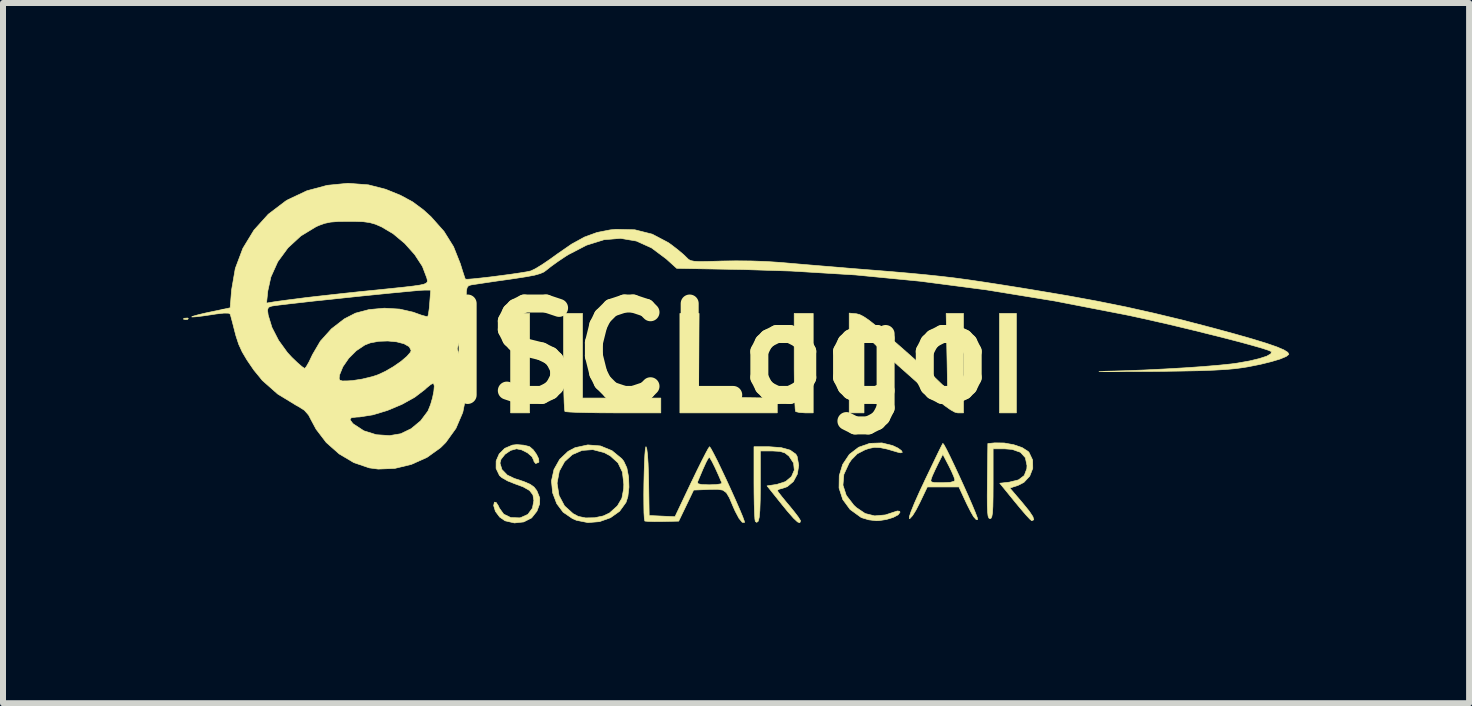
<source format=kicad_pcb>
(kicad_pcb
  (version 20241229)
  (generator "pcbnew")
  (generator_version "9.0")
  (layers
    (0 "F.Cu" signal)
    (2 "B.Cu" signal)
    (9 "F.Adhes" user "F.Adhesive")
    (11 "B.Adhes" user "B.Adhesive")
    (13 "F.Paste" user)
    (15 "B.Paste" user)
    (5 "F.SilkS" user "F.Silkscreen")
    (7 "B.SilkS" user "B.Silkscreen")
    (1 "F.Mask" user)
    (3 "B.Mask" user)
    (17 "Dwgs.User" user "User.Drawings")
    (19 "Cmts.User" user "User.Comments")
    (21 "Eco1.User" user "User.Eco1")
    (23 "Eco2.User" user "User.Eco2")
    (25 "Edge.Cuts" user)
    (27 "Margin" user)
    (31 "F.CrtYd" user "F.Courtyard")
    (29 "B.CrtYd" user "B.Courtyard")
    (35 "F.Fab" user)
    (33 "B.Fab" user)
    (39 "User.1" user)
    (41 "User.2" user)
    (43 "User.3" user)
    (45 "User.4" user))
  (footprint "ISCLogo"
    (layer "F.Cu")
    (at 8.918 2.844)
    (property "Reference" "ISCLogo" (at 0 0 0) (layer "F.SilkS") (effects (font (size 1.524 1.524) (thickness 0.3))))
    (attr through_hole)
    (fp_poly (pts (xy -3.14 0.988) (xy -3.457 0.988) (xy -3.457 -0.67) (xy -3.14 -0.67) (xy -3.14 0.988)) (stroke (width 0.01) (type solid)) (fill yes) (layer "F.SilkS"))
    (fp_poly (pts (xy 4.974 0.988) (xy 4.692 0.988) (xy 4.692 -0.67) (xy 4.974 -0.67) (xy 4.974 0.988)) (stroke (width 0.01) (type solid)) (fill yes) (layer "F.SilkS"))
    (fp_poly (pts (xy -8.829 -0.586) (xy -8.84 -0.57) (xy -8.875 -0.567) (xy -8.913 -0.576) (xy -8.897 -0.589) (xy -8.841 -0.593) (xy -8.829 -0.586)) (stroke (width 0.01) (type solid)) (fill yes) (layer "F.SilkS"))
    (fp_poly (pts (xy -0.319 0.026) (xy -0.323 0.723) (xy 0.988 0.742) (xy 0.988 0.988) (xy -0.635 0.988) (xy -0.635 -0.67) (xy -0.315 -0.67) (xy -0.319 0.026)) (stroke (width 0.01) (type solid)) (fill yes) (layer "F.SilkS"))
    (fp_poly (pts (xy 1.587 0.988) (xy 1.452 0.988) (xy 1.359 0.982) (xy 1.299 0.968) (xy 1.294 0.964) (xy 1.287 0.924) (xy 1.281 0.823) (xy 1.276 0.672) (xy 1.272 0.481) (xy 1.27 0.261) (xy 1.27 0.135) (xy 1.27 -0.67) (xy 1.587 -0.67) (xy 1.587 0.988)) (stroke (width 0.01) (type solid)) (fill yes) (layer "F.SilkS"))
    (fp_poly (pts (xy -2.258 0.741) (xy -0.953 0.741) (xy -0.953 0.988) (xy -1.74 0.988) (xy -1.969 0.987) (xy -2.174 0.984) (xy -2.345 0.98) (xy -2.47 0.974) (xy -2.541 0.968) (xy -2.552 0.964) (xy -2.558 0.924) (xy -2.564 0.823) (xy -2.569 0.672) (xy -2.573 0.481) (xy -2.575 0.261) (xy -2.575 0.135) (xy -2.575 -0.67) (xy -2.258 -0.67) (xy -2.258 0.741)) (stroke (width 0.01) (type solid)) (fill yes) (layer "F.SilkS"))
    (fp_poly (pts (xy 2.307 -0.664) (xy 2.36 -0.651) (xy 2.427 -0.617) (xy 2.516 -0.557) (xy 2.634 -0.464) (xy 2.789 -0.334) (xy 2.95 -0.194) (xy 3.126 -0.04) (xy 3.296 0.111) (xy 3.448 0.248) (xy 3.571 0.359) (xy 3.649 0.432) (xy 3.736 0.516) (xy 3.799 0.576) (xy 3.825 0.6) (xy 3.826 0.6) (xy 3.826 0.566) (xy 3.824 0.474) (xy 3.822 0.332) (xy 3.819 0.154) (xy 3.815 -0.035) (xy 3.803 -0.67) (xy 4.092 -0.67) (xy 4.092 0.988) (xy 3.995 0.988) (xy 3.947 0.976) (xy 3.877 0.937) (xy 3.779 0.868) (xy 3.647 0.762) (xy 3.475 0.615) (xy 3.351 0.508) (xy 3.172 0.349) (xy 2.997 0.194) (xy 2.84 0.052) (xy 2.711 -0.066) (xy 2.623 -0.149) (xy 2.619 -0.153) (xy 2.434 -0.333) (xy 2.434 0.988) (xy 2.187 0.988) (xy 2.187 -0.675) (xy 2.307 -0.664)) (stroke (width 0.01) (type solid)) (fill yes) (layer "F.SilkS"))
    (fp_poly (pts (xy 2.911 1.533) (xy 3 1.575) (xy 3.056 1.616) (xy 3.073 1.645) (xy 3.042 1.654) (xy 2.99 1.642) (xy 2.822 1.592) (xy 2.701 1.567) (xy 2.606 1.563) (xy 2.518 1.581) (xy 2.45 1.604) (xy 2.322 1.67) (xy 2.224 1.769) (xy 2.184 1.828) (xy 2.098 2.014) (xy 2.083 2.193) (xy 2.138 2.363) (xy 2.263 2.526) (xy 2.308 2.568) (xy 2.454 2.666) (xy 2.611 2.705) (xy 2.79 2.689) (xy 2.99 2.623) (xy 3.029 2.629) (xy 3.034 2.645) (xy 3.002 2.688) (xy 2.92 2.731) (xy 2.808 2.765) (xy 2.686 2.784) (xy 2.638 2.786) (xy 2.514 2.771) (xy 2.4 2.737) (xy 2.381 2.728) (xy 2.202 2.598) (xy 2.08 2.432) (xy 2.018 2.241) (xy 2.021 2.035) (xy 2.078 1.848) (xy 2.19 1.68) (xy 2.345 1.561) (xy 2.53 1.496) (xy 2.733 1.489) (xy 2.911 1.533)) (stroke (width 0.01) (type solid)) (fill yes) (layer "F.SilkS"))
    (fp_poly (pts (xy 4.77 1.49) (xy 4.93 1.519) (xy 5.072 1.568) (xy 5.171 1.632) (xy 5.185 1.648) (xy 5.245 1.775) (xy 5.247 1.913) (xy 5.196 2.043) (xy 5.099 2.147) (xy 5.005 2.195) (xy 4.865 2.241) (xy 5.075 2.487) (xy 5.187 2.625) (xy 5.249 2.718) (xy 5.264 2.77) (xy 5.232 2.785) (xy 5.228 2.785) (xy 5.197 2.758) (xy 5.132 2.688) (xy 5.043 2.584) (xy 4.95 2.472) (xy 4.697 2.161) (xy 4.855 2.143) (xy 5.009 2.105) (xy 5.105 2.032) (xy 5.148 1.918) (xy 5.151 1.867) (xy 5.123 1.735) (xy 5.041 1.645) (xy 4.902 1.597) (xy 4.775 1.587) (xy 4.586 1.587) (xy 4.586 2.17) (xy 4.585 2.389) (xy 4.582 2.547) (xy 4.576 2.653) (xy 4.565 2.716) (xy 4.55 2.746) (xy 4.534 2.752) (xy 4.516 2.742) (xy 4.502 2.709) (xy 4.494 2.641) (xy 4.489 2.531) (xy 4.488 2.37) (xy 4.49 2.148) (xy 4.49 2.125) (xy 4.498 1.499) (xy 4.614 1.488) (xy 4.77 1.49)) (stroke (width 0.01) (type solid)) (fill yes) (layer "F.SilkS"))
    (fp_poly (pts (xy -1.96 1.539) (xy -1.767 1.618) (xy -1.604 1.752) (xy -1.571 1.794) (xy -1.519 1.905) (xy -1.49 2.058) (xy -1.484 2.226) (xy -1.502 2.383) (xy -1.533 2.48) (xy -1.64 2.628) (xy -1.792 2.736) (xy -1.974 2.801) (xy -2.168 2.817) (xy -2.359 2.779) (xy -2.426 2.75) (xy -2.581 2.644) (xy -2.688 2.501) (xy -2.757 2.319) (xy -2.771 2.17) (xy -2.681 2.17) (xy -2.649 2.368) (xy -2.558 2.539) (xy -2.415 2.668) (xy -2.328 2.714) (xy -2.206 2.739) (xy -2.056 2.736) (xy -1.912 2.706) (xy -1.808 2.657) (xy -1.677 2.539) (xy -1.602 2.411) (xy -1.572 2.25) (xy -1.57 2.176) (xy -1.593 1.975) (xy -1.667 1.821) (xy -1.796 1.704) (xy -1.897 1.65) (xy -2.086 1.601) (xy -2.266 1.614) (xy -2.427 1.683) (xy -2.557 1.801) (xy -2.645 1.96) (xy -2.681 2.152) (xy -2.681 2.17) (xy -2.771 2.17) (xy -2.776 2.123) (xy -2.734 1.932) (xy -2.639 1.763) (xy -2.499 1.63) (xy -2.382 1.568) (xy -2.17 1.522) (xy -1.96 1.539)) (stroke (width 0.01) (type solid)) (fill yes) (layer "F.SilkS"))
    (fp_poly (pts (xy 1.052 1.567) (xy 1.203 1.609) (xy 1.297 1.676) (xy 1.319 1.713) (xy 1.346 1.862) (xy 1.323 2.008) (xy 1.257 2.132) (xy 1.155 2.218) (xy 1.093 2.24) (xy 1.019 2.261) (xy 0.988 2.28) (xy 0.988 2.281) (xy 1.009 2.314) (xy 1.066 2.387) (xy 1.147 2.486) (xy 1.182 2.527) (xy 1.27 2.635) (xy 1.338 2.724) (xy 1.373 2.78) (xy 1.376 2.789) (xy 1.364 2.82) (xy 1.326 2.806) (xy 1.259 2.743) (xy 1.157 2.627) (xy 1.065 2.514) (xy 0.818 2.205) (xy 0.982 2.18) (xy 1.127 2.133) (xy 1.226 2.049) (xy 1.272 1.942) (xy 1.26 1.825) (xy 1.184 1.71) (xy 1.183 1.709) (xy 1.116 1.656) (xy 1.035 1.63) (xy 0.913 1.623) (xy 0.901 1.623) (xy 0.706 1.623) (xy 0.706 2.203) (xy 0.704 2.441) (xy 0.698 2.616) (xy 0.687 2.731) (xy 0.67 2.795) (xy 0.646 2.813) (xy 0.622 2.798) (xy 0.615 2.757) (xy 0.609 2.657) (xy 0.604 2.511) (xy 0.601 2.329) (xy 0.6 2.164) (xy 0.6 1.552) (xy 0.848 1.552) (xy 1.052 1.567)) (stroke (width 0.01) (type solid)) (fill yes) (layer "F.SilkS"))
    (fp_poly (pts (xy 3.768 1.521) (xy 3.81 1.598) (xy 3.869 1.717) (xy 3.94 1.866) (xy 4.018 2.033) (xy 4.097 2.206) (xy 4.173 2.375) (xy 4.239 2.527) (xy 4.29 2.65) (xy 4.322 2.734) (xy 4.329 2.765) (xy 4.304 2.767) (xy 4.261 2.719) (xy 4.259 2.716) (xy 4.213 2.636) (xy 4.154 2.52) (xy 4.109 2.425) (xy 4.016 2.223) (xy 3.489 2.223) (xy 3.363 2.487) (xy 3.3 2.609) (xy 3.243 2.701) (xy 3.2 2.748) (xy 3.191 2.752) (xy 3.189 2.721) (xy 3.218 2.633) (xy 3.276 2.49) (xy 3.361 2.299) (xy 3.44 2.131) (xy 3.448 2.113) (xy 3.547 2.113) (xy 3.557 2.139) (xy 3.607 2.15) (xy 3.711 2.152) (xy 3.74 2.152) (xy 3.871 2.146) (xy 3.938 2.127) (xy 3.949 2.108) (xy 3.933 2.055) (xy 3.893 1.962) (xy 3.848 1.871) (xy 3.748 1.679) (xy 3.672 1.828) (xy 3.618 1.939) (xy 3.573 2.038) (xy 3.563 2.065) (xy 3.547 2.113) (xy 3.448 2.113) (xy 3.532 1.938) (xy 3.613 1.769) (xy 3.679 1.632) (xy 3.726 1.538) (xy 3.748 1.497) (xy 3.748 1.496) (xy 3.768 1.521)) (stroke (width 0.01) (type solid)) (fill yes) (layer "F.SilkS"))
    (fp_poly (pts (xy -3.241 1.526) (xy -3.152 1.547) (xy -3.138 1.553) (xy -3.08 1.603) (xy -3.026 1.678) (xy -2.989 1.754) (xy -2.985 1.807) (xy -2.988 1.812) (xy -3.039 1.833) (xy -3.068 1.797) (xy -3.069 1.784) (xy -3.1 1.719) (xy -3.175 1.654) (xy -3.272 1.605) (xy -3.358 1.587) (xy -3.457 1.614) (xy -3.551 1.679) (xy -3.617 1.763) (xy -3.634 1.825) (xy -3.601 1.933) (xy -3.512 2.025) (xy -3.395 2.081) (xy -3.237 2.133) (xy -3.132 2.178) (xy -3.066 2.225) (xy -3.022 2.282) (xy -3.015 2.296) (xy -2.971 2.406) (xy -2.973 2.506) (xy -3.018 2.627) (xy -3.107 2.739) (xy -3.238 2.806) (xy -3.393 2.823) (xy -3.55 2.787) (xy -3.639 2.725) (xy -3.71 2.63) (xy -3.739 2.535) (xy -3.739 2.532) (xy -3.727 2.476) (xy -3.697 2.482) (xy -3.658 2.543) (xy -3.645 2.575) (xy -3.572 2.676) (xy -3.454 2.733) (xy -3.308 2.738) (xy -3.291 2.735) (xy -3.169 2.68) (xy -3.093 2.576) (xy -3.069 2.449) (xy -3.085 2.355) (xy -3.141 2.282) (xy -3.248 2.221) (xy -3.387 2.17) (xy -3.505 2.123) (xy -3.603 2.067) (xy -3.642 2.033) (xy -3.699 1.914) (xy -3.698 1.789) (xy -3.647 1.672) (xy -3.554 1.579) (xy -3.427 1.525) (xy -3.352 1.517) (xy -3.241 1.526)) (stroke (width 0.01) (type solid)) (fill yes) (layer "F.SilkS"))
    (fp_poly (pts (xy -0.118 1.583) (xy -0.073 1.666) (xy -0.01 1.789) (xy 0.063 1.942) (xy 0.143 2.111) (xy 0.223 2.286) (xy 0.298 2.453) (xy 0.363 2.602) (xy 0.412 2.719) (xy 0.439 2.794) (xy 0.442 2.815) (xy 0.404 2.812) (xy 0.35 2.746) (xy 0.286 2.626) (xy 0.248 2.54) (xy 0.19 2.403) (xy 0.14 2.319) (xy 0.08 2.276) (xy -0.006 2.262) (xy -0.137 2.264) (xy -0.155 2.265) (xy -0.406 2.275) (xy -0.53 2.534) (xy -0.655 2.793) (xy -0.93 2.799) (xy -1.062 2.8) (xy -1.163 2.797) (xy -1.217 2.792) (xy -1.22 2.79) (xy -1.228 2.748) (xy -1.234 2.652) (xy -1.236 2.514) (xy -1.237 2.349) (xy -1.235 2.17) (xy -1.231 1.991) (xy -1.226 1.827) (xy -1.219 1.689) (xy -1.211 1.594) (xy -1.202 1.553) (xy -1.2 1.552) (xy -1.187 1.586) (xy -1.175 1.682) (xy -1.165 1.833) (xy -1.158 2.029) (xy -1.156 2.125) (xy -1.147 2.699) (xy -0.717 2.719) (xy -0.444 2.143) (xy -0.342 2.143) (xy -0.332 2.169) (xy -0.271 2.183) (xy -0.149 2.187) (xy -0.142 2.187) (xy -0.031 2.183) (xy 0.044 2.172) (xy 0.065 2.158) (xy 0.008 2.025) (xy -0.049 1.9) (xy -0.099 1.799) (xy -0.135 1.739) (xy -0.145 1.729) (xy -0.165 1.749) (xy -0.199 1.813) (xy -0.251 1.927) (xy -0.324 2.1) (xy -0.342 2.143) (xy -0.444 2.143) (xy -0.44 2.136) (xy -0.351 1.951) (xy -0.271 1.79) (xy -0.206 1.663) (xy -0.161 1.58) (xy -0.14 1.552) (xy -0.118 1.583)) (stroke (width 0.01) (type solid)) (fill yes) (layer "F.SilkS"))
    (fp_poly (pts (xy -5.827 -2.813) (xy -5.542 -2.74) (xy -5.295 -2.64) (xy -5.093 -2.531) (xy -4.913 -2.398) (xy -4.783 -2.28) (xy -4.567 -2.037) (xy -4.408 -1.782) (xy -4.296 -1.501) (xy -4.258 -1.379) (xy -4.228 -1.287) (xy -4.212 -1.243) (xy -4.212 -1.241) (xy -4.175 -1.239) (xy -4.084 -1.246) (xy -3.951 -1.26) (xy -3.793 -1.278) (xy -3.623 -1.3) (xy -3.456 -1.322) (xy -3.307 -1.344) (xy -3.19 -1.363) (xy -3.12 -1.378) (xy -3.118 -1.379) (xy -3.045 -1.414) (xy -2.933 -1.482) (xy -2.799 -1.573) (xy -2.68 -1.659) (xy -2.44 -1.825) (xy -2.225 -1.943) (xy -2.017 -2.019) (xy -1.798 -2.062) (xy -1.702 -2.072) (xy -1.386 -2.064) (xy -1.096 -1.991) (xy -0.83 -1.851) (xy -0.783 -1.818) (xy -0.671 -1.732) (xy -0.576 -1.652) (xy -0.519 -1.597) (xy -0.49 -1.569) (xy -0.453 -1.55) (xy -0.397 -1.539) (xy -0.309 -1.534) (xy -0.177 -1.536) (xy 0.011 -1.541) (xy 0.064 -1.543) (xy 0.299 -1.546) (xy 0.557 -1.544) (xy 0.808 -1.535) (xy 1.02 -1.521) (xy 1.023 -1.521) (xy 1.174 -1.508) (xy 1.381 -1.49) (xy 1.631 -1.469) (xy 1.911 -1.446) (xy 2.207 -1.421) (xy 2.504 -1.397) (xy 2.558 -1.393) (xy 2.906 -1.365) (xy 3.204 -1.339) (xy 3.466 -1.314) (xy 3.705 -1.289) (xy 3.936 -1.262) (xy 4.173 -1.23) (xy 4.431 -1.192) (xy 4.722 -1.147) (xy 5.061 -1.093) (xy 5.256 -1.061) (xy 5.815 -0.967) (xy 6.322 -0.874) (xy 6.799 -0.778) (xy 7.264 -0.674) (xy 7.738 -0.56) (xy 8.24 -0.429) (xy 8.255 -0.425) (xy 8.615 -0.327) (xy 8.909 -0.243) (xy 9.141 -0.172) (xy 9.314 -0.112) (xy 9.432 -0.062) (xy 9.498 -0.021) (xy 9.515 0.012) (xy 9.514 0.014) (xy 9.471 0.048) (xy 9.37 0.09) (xy 9.223 0.134) (xy 9.041 0.179) (xy 8.835 0.22) (xy 8.749 0.234) (xy 8.622 0.251) (xy 8.466 0.265) (xy 8.271 0.276) (xy 8.032 0.285) (xy 7.74 0.291) (xy 7.39 0.296) (xy 7.179 0.298) (xy 6.916 0.299) (xy 6.697 0.3) (xy 6.527 0.301) (xy 6.41 0.3) (xy 6.351 0.299) (xy 6.352 0.298) (xy 6.42 0.296) (xy 6.438 0.295) (xy 6.769 0.286) (xy 7.111 0.273) (xy 7.452 0.256) (xy 7.78 0.237) (xy 8.081 0.216) (xy 8.344 0.194) (xy 8.557 0.172) (xy 8.653 0.159) (xy 8.857 0.123) (xy 9.024 0.083) (xy 9.147 0.043) (xy 9.216 0.003) (xy 9.225 -0.031) (xy 9.223 -0.034) (xy 9.176 -0.055) (xy 9.069 -0.09) (xy 8.912 -0.135) (xy 8.712 -0.19) (xy 8.478 -0.251) (xy 8.22 -0.316) (xy 7.946 -0.384) (xy 7.665 -0.452) (xy 7.386 -0.517) (xy 7.118 -0.578) (xy 6.87 -0.632) (xy 6.791 -0.648) (xy 5.611 -0.877) (xy 4.476 -1.062) (xy 3.373 -1.206) (xy 2.292 -1.311) (xy 1.223 -1.376) (xy 0.423 -1.401) (xy -0.688 -1.421) (xy -0.864 -1.58) (xy -1.108 -1.762) (xy -1.36 -1.876) (xy -1.624 -1.921) (xy -1.9 -1.898) (xy -2.191 -1.807) (xy -2.498 -1.648) (xy -2.545 -1.618) (xy -2.669 -1.535) (xy -2.78 -1.455) (xy -2.856 -1.395) (xy -2.857 -1.394) (xy -2.903 -1.36) (xy -2.966 -1.333) (xy -3.058 -1.307) (xy -3.191 -1.282) (xy -3.378 -1.253) (xy -3.493 -1.236) (xy -3.687 -1.209) (xy -3.862 -1.183) (xy -4.002 -1.162) (xy -4.094 -1.148) (xy -4.119 -1.144) (xy -4.159 -1.13) (xy -4.182 -1.1) (xy -4.194 -1.038) (xy -4.198 -0.928) (xy -4.198 -0.855) (xy -4.225 -0.539) (xy -4.272 -0.33) (xy -4.347 -0.078) (xy -4.271 0.126) (xy -4.202 0.407) (xy -4.197 0.696) (xy -4.254 0.98) (xy -4.368 1.246) (xy -4.537 1.481) (xy -4.624 1.568) (xy -4.85 1.73) (xy -5.111 1.847) (xy -5.388 1.914) (xy -5.664 1.925) (xy -5.813 1.905) (xy -6.071 1.817) (xy -6.315 1.672) (xy -6.53 1.482) (xy -6.7 1.259) (xy -6.761 1.145) (xy -6.784 1.102) (xy -6.134 1.102) (xy -6.09 1.161) (xy -6.076 1.174) (xy -5.903 1.287) (xy -5.695 1.352) (xy -5.474 1.367) (xy -5.289 1.336) (xy -5.115 1.252) (xy -4.956 1.12) (xy -4.837 0.961) (xy -4.831 0.949) (xy -4.791 0.85) (xy -4.758 0.736) (xy -4.736 0.626) (xy -4.729 0.54) (xy -4.741 0.496) (xy -4.747 0.494) (xy -4.789 0.516) (xy -4.858 0.572) (xy -4.884 0.597) (xy -5.054 0.727) (xy -5.27 0.847) (xy -5.511 0.948) (xy -5.753 1.021) (xy -5.974 1.056) (xy -6.024 1.058) (xy -6.112 1.069) (xy -6.134 1.102) (xy -6.784 1.102) (xy -6.824 1.025) (xy -6.894 0.945) (xy -6.997 0.88) (xy -7.031 0.862) (xy -7.339 0.674) (xy -7.597 0.446) (xy -7.623 0.413) (xy -6.315 0.413) (xy -6.304 0.443) (xy -6.262 0.456) (xy -6.173 0.455) (xy -6.094 0.45) (xy -5.931 0.425) (xy -5.758 0.383) (xy -5.671 0.354) (xy -5.543 0.295) (xy -5.409 0.217) (xy -5.285 0.131) (xy -5.186 0.047) (xy -5.126 -0.022) (xy -5.115 -0.053) (xy -5.147 -0.115) (xy -5.233 -0.164) (xy -5.357 -0.196) (xy -5.503 -0.21) (xy -5.655 -0.205) (xy -5.798 -0.178) (xy -5.887 -0.143) (xy -6.029 -0.048) (xy -6.156 0.079) (xy -6.253 0.22) (xy -6.308 0.355) (xy -6.315 0.413) (xy -7.623 0.413) (xy -7.737 0.274) (xy -7.851 0.107) (xy -7.931 -0.028) (xy -7.989 -0.155) (xy -8.035 -0.295) (xy -8.06 -0.39) (xy -8.091 -0.512) (xy -8.117 -0.609) (xy -8.13 -0.657) (xy -8.159 -0.674) (xy -8.236 -0.675) (xy -8.368 -0.66) (xy -8.451 -0.647) (xy -8.59 -0.627) (xy -8.699 -0.614) (xy -8.763 -0.61) (xy -8.773 -0.612) (xy -8.747 -0.624) (xy -8.666 -0.647) (xy -8.544 -0.676) (xy -8.459 -0.694) (xy -8.292 -0.729) (xy -7.509 -0.729) (xy -7.498 -0.642) (xy -7.435 -0.436) (xy -7.324 -0.22) (xy -7.177 -0.017) (xy -7.104 0.062) (xy -7.011 0.151) (xy -6.935 0.217) (xy -6.892 0.246) (xy -6.889 0.247) (xy -6.862 0.217) (xy -6.817 0.138) (xy -6.764 0.027) (xy -6.76 0.018) (xy -6.628 -0.207) (xy -6.444 -0.412) (xy -6.228 -0.579) (xy -6.043 -0.674) (xy -5.816 -0.734) (xy -5.562 -0.757) (xy -5.307 -0.742) (xy -5.079 -0.69) (xy -5.047 -0.678) (xy -4.941 -0.64) (xy -4.864 -0.619) (xy -4.837 -0.619) (xy -4.826 -0.661) (xy -4.813 -0.752) (xy -4.805 -0.847) (xy -4.789 -1.058) (xy -4.895 -1.058) (xy -4.958 -1.055) (xy -5.08 -1.044) (xy -5.25 -1.028) (xy -5.46 -1.008) (xy -5.698 -0.984) (xy -5.955 -0.958) (xy -6.22 -0.93) (xy -6.482 -0.902) (xy -6.733 -0.876) (xy -6.961 -0.85) (xy -7.156 -0.828) (xy -7.308 -0.81) (xy -7.407 -0.797) (xy -7.438 -0.792) (xy -7.492 -0.772) (xy -7.509 -0.729) (xy -8.292 -0.729) (xy -8.132 -0.763) (xy -8.125 -0.842) (xy -7.525 -0.842) (xy -7.405 -0.862) (xy -7.322 -0.874) (xy -7.189 -0.892) (xy -7.024 -0.913) (xy -6.862 -0.934) (xy -6.688 -0.954) (xy -6.464 -0.979) (xy -6.211 -1.007) (xy -5.948 -1.035) (xy -5.715 -1.058) (xy -5.443 -1.086) (xy -5.233 -1.108) (xy -5.078 -1.126) (xy -4.969 -1.142) (xy -4.899 -1.158) (xy -4.861 -1.176) (xy -4.845 -1.197) (xy -4.845 -1.224) (xy -4.853 -1.258) (xy -4.854 -1.262) (xy -4.927 -1.454) (xy -5.055 -1.65) (xy -5.222 -1.837) (xy -5.416 -1.999) (xy -5.609 -2.113) (xy -5.711 -2.157) (xy -5.806 -2.184) (xy -5.917 -2.199) (xy -6.065 -2.204) (xy -6.156 -2.204) (xy -6.33 -2.202) (xy -6.456 -2.192) (xy -6.556 -2.171) (xy -6.653 -2.136) (xy -6.703 -2.113) (xy -6.953 -1.961) (xy -7.168 -1.763) (xy -7.338 -1.531) (xy -7.453 -1.276) (xy -7.504 -1.044) (xy -7.525 -0.842) (xy -8.125 -0.842) (xy -8.108 -1.06) (xy -8.046 -1.419) (xy -7.92 -1.754) (xy -7.735 -2.058) (xy -7.496 -2.323) (xy -7.208 -2.542) (xy -7.169 -2.565) (xy -6.853 -2.714) (xy -6.514 -2.805) (xy -6.168 -2.839) (xy -5.827 -2.813)) (stroke (width 0.01) (type solid)) (fill yes) (layer "F.SilkS")))
  (gr_rect
    (start -3 -3)
    (end 21.438 8.672)
    (stroke (width 0.1) (type default))
    (fill no)
    (layer "Edge.Cuts")))
</source>
